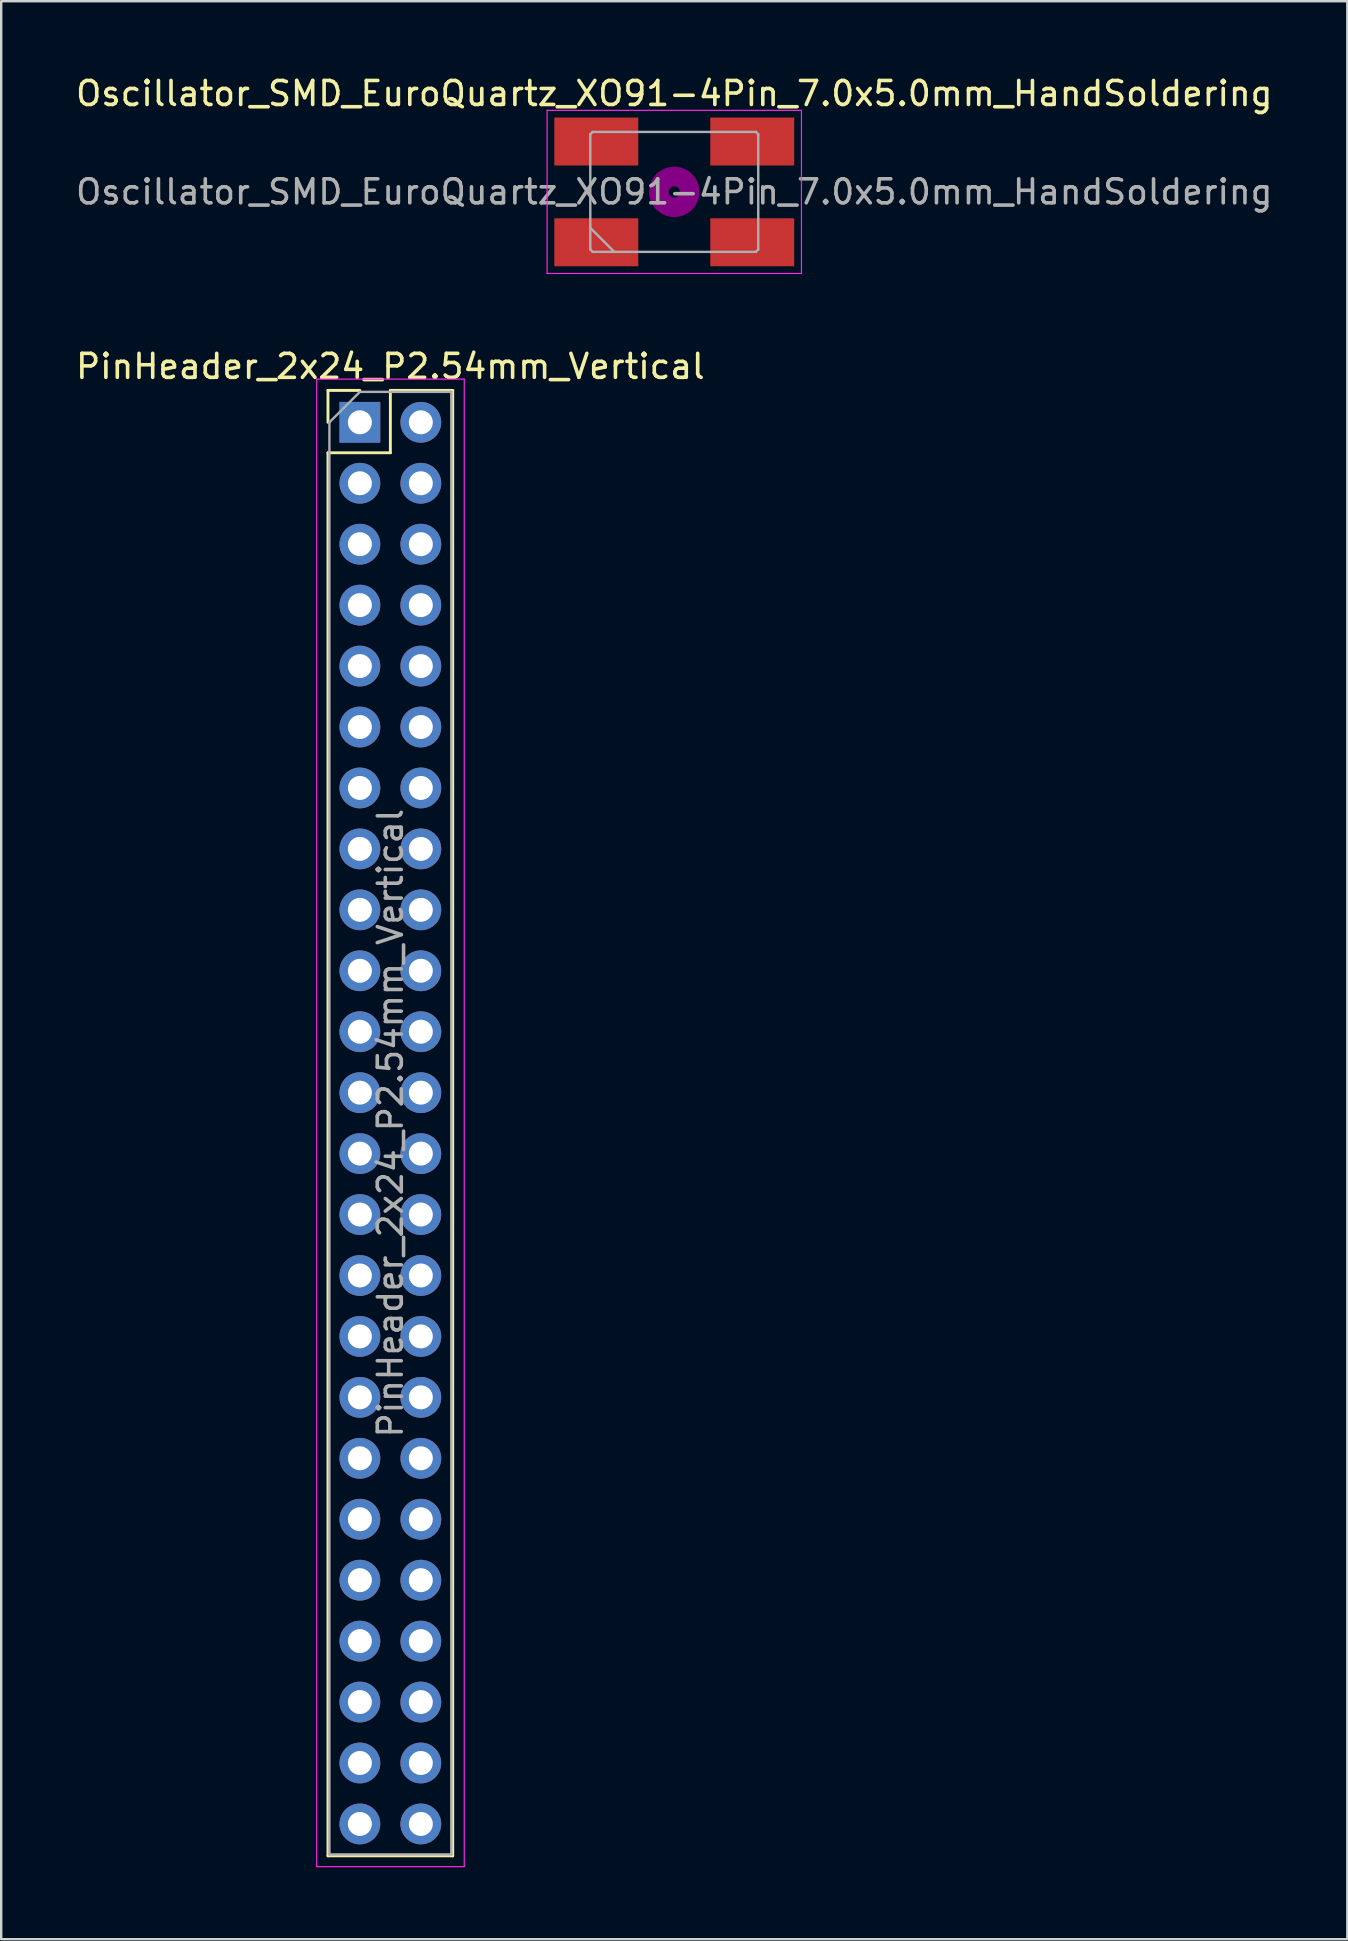
<source format=kicad_pcb>
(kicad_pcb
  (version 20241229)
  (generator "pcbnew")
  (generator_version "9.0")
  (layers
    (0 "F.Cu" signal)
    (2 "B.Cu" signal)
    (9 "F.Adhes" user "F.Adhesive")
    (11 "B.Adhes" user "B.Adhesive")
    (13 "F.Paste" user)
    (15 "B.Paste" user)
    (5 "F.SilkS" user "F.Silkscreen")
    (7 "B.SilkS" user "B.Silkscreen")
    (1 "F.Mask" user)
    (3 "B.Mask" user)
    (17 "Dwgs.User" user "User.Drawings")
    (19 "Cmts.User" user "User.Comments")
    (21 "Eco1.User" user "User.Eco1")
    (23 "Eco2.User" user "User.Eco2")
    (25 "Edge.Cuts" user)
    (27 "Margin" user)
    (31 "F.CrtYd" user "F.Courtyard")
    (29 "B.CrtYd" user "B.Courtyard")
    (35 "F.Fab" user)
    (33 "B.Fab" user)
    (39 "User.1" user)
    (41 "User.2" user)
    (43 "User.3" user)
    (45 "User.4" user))
  (footprint "Oscillator_SMD_EuroQuartz_XO91-4Pin_7.0x5.0mm_HandSoldering"
    (layer "F.Cu")
    (at 25.054 4.948)
    (property "Reference" "Oscillator_SMD_EuroQuartz_XO91-4Pin_7.0x5.0mm_HandSoldering" (at 0 -4.1 0) (layer "F.SilkS") (effects (font (size 1 1) (thickness 0.15))))
    (attr smd)
    (fp_circle (center 0 0) (end 0.233 0) (stroke (width 0.467) (type solid)) (fill no) (layer "F.Adhes"))
    (fp_circle (center 0 0) (end 0.533 0) (stroke (width 0.333) (type solid)) (fill no) (layer "F.Adhes"))
    (fp_circle (center 0 0) (end 0.833 0) (stroke (width 0.333) (type solid)) (fill no) (layer "F.Adhes"))
    (fp_circle (center 0 0) (end 1 0) (stroke (width 0.1) (type solid)) (fill no) (layer "F.Adhes"))
    (fp_line (start -5.3 -3.4) (end -5.3 3.4) (stroke (width 0.05) (type solid)) (layer "F.CrtYd"))
    (fp_line (start -5.3 3.4) (end 5.3 3.4) (stroke (width 0.05) (type solid)) (layer "F.CrtYd"))
    (fp_line (start 5.3 -3.4) (end -5.3 -3.4) (stroke (width 0.05) (type solid)) (layer "F.CrtYd"))
    (fp_line (start 5.3 3.4) (end 5.3 -3.4) (stroke (width 0.05) (type solid)) (layer "F.CrtYd"))
    (fp_line (start -3.5 -2.4) (end -3.4 -2.5) (stroke (width 0.1) (type solid)) (layer "F.Fab"))
    (fp_line (start -3.5 1.5) (end -2.5 2.5) (stroke (width 0.1) (type solid)) (layer "F.Fab"))
    (fp_line (start -3.5 2.4) (end -3.5 -2.4) (stroke (width 0.1) (type solid)) (layer "F.Fab"))
    (fp_line (start -3.4 -2.5) (end 3.4 -2.5) (stroke (width 0.1) (type solid)) (layer "F.Fab"))
    (fp_line (start -3.4 2.5) (end -3.5 2.4) (stroke (width 0.1) (type solid)) (layer "F.Fab"))
    (fp_line (start 3.4 -2.5) (end 3.5 -2.4) (stroke (width 0.1) (type solid)) (layer "F.Fab"))
    (fp_line (start 3.4 2.5) (end -3.4 2.5) (stroke (width 0.1) (type solid)) (layer "F.Fab"))
    (fp_line (start 3.5 -2.4) (end 3.5 2.4) (stroke (width 0.1) (type solid)) (layer "F.Fab"))
    (fp_line (start 3.5 2.4) (end 3.4 2.5) (stroke (width 0.1) (type solid)) (layer "F.Fab"))
    (fp_text user "${REFERENCE}" (at 0 0 0) (layer "F.Fab") (effects (font (size 1 1) (thickness 0.15))))
    (pad "1" smd rect (at -3.25 2.1) (size 3.5 2) (layers "F.Cu" "F.Mask" "F.Paste"))
    (pad "2" smd rect (at 3.25 2.1) (size 3.5 2) (layers "F.Cu" "F.Mask" "F.Paste"))
    (pad "3" smd rect (at 3.25 -2.1) (size 3.5 2) (layers "F.Cu" "F.Mask" "F.Paste"))
    (pad "4" smd rect (at -3.25 -2.1) (size 3.5 2) (layers "F.Cu" "F.Mask" "F.Paste")))
  (footprint "PinHeader_2x24_P2.54mm_Vertical"
    (layer "F.Cu")
    (at 11.95 14.552)
    (property "Reference" "PinHeader_2x24_P2.54mm_Vertical" (at 1.27 -2.33 180) (layer "F.SilkS") (effects (font (size 1 1) (thickness 0.15))))
    (attr through_hole)
    (fp_line (start -1.33 -1.33) (end 0 -1.33) (stroke (width 0.12) (type solid)) (layer "F.SilkS"))
    (fp_line (start -1.33 0) (end -1.33 -1.33) (stroke (width 0.12) (type solid)) (layer "F.SilkS"))
    (fp_line (start -1.33 1.27) (end -1.33 59.75) (stroke (width 0.12) (type solid)) (layer "F.SilkS"))
    (fp_line (start -1.33 1.27) (end 1.27 1.27) (stroke (width 0.12) (type solid)) (layer "F.SilkS"))
    (fp_line (start -1.33 59.75) (end 3.87 59.75) (stroke (width 0.12) (type solid)) (layer "F.SilkS"))
    (fp_line (start 1.27 -1.33) (end 3.87 -1.33) (stroke (width 0.12) (type solid)) (layer "F.SilkS"))
    (fp_line (start 1.27 1.27) (end 1.27 -1.33) (stroke (width 0.12) (type solid)) (layer "F.SilkS"))
    (fp_line (start 3.87 -1.33) (end 3.87 59.75) (stroke (width 0.12) (type solid)) (layer "F.SilkS"))
    (fp_line (start -1.8 -1.8) (end -1.8 60.2) (stroke (width 0.05) (type solid)) (layer "F.CrtYd"))
    (fp_line (start -1.8 60.2) (end 4.35 60.2) (stroke (width 0.05) (type solid)) (layer "F.CrtYd"))
    (fp_line (start 4.35 -1.8) (end -1.8 -1.8) (stroke (width 0.05) (type solid)) (layer "F.CrtYd"))
    (fp_line (start 4.35 60.2) (end 4.35 -1.8) (stroke (width 0.05) (type solid)) (layer "F.CrtYd"))
    (fp_line (start -1.27 0) (end 0 -1.27) (stroke (width 0.1) (type solid)) (layer "F.Fab"))
    (fp_line (start -1.27 59.69) (end -1.27 0) (stroke (width 0.1) (type solid)) (layer "F.Fab"))
    (fp_line (start 0 -1.27) (end 3.81 -1.27) (stroke (width 0.1) (type solid)) (layer "F.Fab"))
    (fp_line (start 3.81 -1.27) (end 3.81 59.69) (stroke (width 0.1) (type solid)) (layer "F.Fab"))
    (fp_line (start 3.81 59.69) (end -1.27 59.69) (stroke (width 0.1) (type solid)) (layer "F.Fab"))
    (fp_text user "${REFERENCE}" (at 1.27 29.21 90) (layer "F.Fab") (effects (font (size 1 1) (thickness 0.15))))
    (pad "1" thru_hole rect (at 0 0) (size 1.7 1.7) (drill 1) (layers "*.Cu" "*.Mask"))
    (pad "2" thru_hole oval (at 2.54 0) (size 1.7 1.7) (drill 1) (layers "*.Cu" "*.Mask"))
    (pad "3" thru_hole oval (at 0 2.54) (size 1.7 1.7) (drill 1) (layers "*.Cu" "*.Mask"))
    (pad "4" thru_hole oval (at 2.54 2.54) (size 1.7 1.7) (drill 1) (layers "*.Cu" "*.Mask"))
    (pad "5" thru_hole oval (at 0 5.08) (size 1.7 1.7) (drill 1) (layers "*.Cu" "*.Mask"))
    (pad "6" thru_hole oval (at 2.54 5.08) (size 1.7 1.7) (drill 1) (layers "*.Cu" "*.Mask"))
    (pad "7" thru_hole oval (at 0 7.62) (size 1.7 1.7) (drill 1) (layers "*.Cu" "*.Mask"))
    (pad "8" thru_hole oval (at 2.54 7.62) (size 1.7 1.7) (drill 1) (layers "*.Cu" "*.Mask"))
    (pad "9" thru_hole oval (at 0 10.16) (size 1.7 1.7) (drill 1) (layers "*.Cu" "*.Mask"))
    (pad "10" thru_hole oval (at 2.54 10.16) (size 1.7 1.7) (drill 1) (layers "*.Cu" "*.Mask"))
    (pad "11" thru_hole oval (at 0 12.7) (size 1.7 1.7) (drill 1) (layers "*.Cu" "*.Mask"))
    (pad "12" thru_hole oval (at 2.54 12.7) (size 1.7 1.7) (drill 1) (layers "*.Cu" "*.Mask"))
    (pad "13" thru_hole oval (at 0 15.24) (size 1.7 1.7) (drill 1) (layers "*.Cu" "*.Mask"))
    (pad "14" thru_hole oval (at 2.54 15.24) (size 1.7 1.7) (drill 1) (layers "*.Cu" "*.Mask"))
    (pad "15" thru_hole oval (at 0 17.78) (size 1.7 1.7) (drill 1) (layers "*.Cu" "*.Mask"))
    (pad "16" thru_hole oval (at 2.54 17.78) (size 1.7 1.7) (drill 1) (layers "*.Cu" "*.Mask"))
    (pad "17" thru_hole oval (at 0 20.32) (size 1.7 1.7) (drill 1) (layers "*.Cu" "*.Mask"))
    (pad "18" thru_hole oval (at 2.54 20.32) (size 1.7 1.7) (drill 1) (layers "*.Cu" "*.Mask"))
    (pad "19" thru_hole oval (at 0 22.86) (size 1.7 1.7) (drill 1) (layers "*.Cu" "*.Mask"))
    (pad "20" thru_hole oval (at 2.54 22.86) (size 1.7 1.7) (drill 1) (layers "*.Cu" "*.Mask"))
    (pad "21" thru_hole oval (at 0 25.4) (size 1.7 1.7) (drill 1) (layers "*.Cu" "*.Mask"))
    (pad "22" thru_hole oval (at 2.54 25.4) (size 1.7 1.7) (drill 1) (layers "*.Cu" "*.Mask"))
    (pad "23" thru_hole oval (at 0 27.94) (size 1.7 1.7) (drill 1) (layers "*.Cu" "*.Mask"))
    (pad "24" thru_hole oval (at 2.54 27.94) (size 1.7 1.7) (drill 1) (layers "*.Cu" "*.Mask"))
    (pad "25" thru_hole oval (at 0 30.48) (size 1.7 1.7) (drill 1) (layers "*.Cu" "*.Mask"))
    (pad "26" thru_hole oval (at 2.54 30.48) (size 1.7 1.7) (drill 1) (layers "*.Cu" "*.Mask"))
    (pad "27" thru_hole oval (at 0 33.02) (size 1.7 1.7) (drill 1) (layers "*.Cu" "*.Mask"))
    (pad "28" thru_hole oval (at 2.54 33.02) (size 1.7 1.7) (drill 1) (layers "*.Cu" "*.Mask"))
    (pad "29" thru_hole oval (at 0 35.56) (size 1.7 1.7) (drill 1) (layers "*.Cu" "*.Mask"))
    (pad "30" thru_hole oval (at 2.54 35.56) (size 1.7 1.7) (drill 1) (layers "*.Cu" "*.Mask"))
    (pad "31" thru_hole oval (at 0 38.1) (size 1.7 1.7) (drill 1) (layers "*.Cu" "*.Mask"))
    (pad "32" thru_hole oval (at 2.54 38.1) (size 1.7 1.7) (drill 1) (layers "*.Cu" "*.Mask"))
    (pad "33" thru_hole oval (at 0 40.64) (size 1.7 1.7) (drill 1) (layers "*.Cu" "*.Mask"))
    (pad "34" thru_hole oval (at 2.54 40.64) (size 1.7 1.7) (drill 1) (layers "*.Cu" "*.Mask"))
    (pad "35" thru_hole oval (at 0 43.18) (size 1.7 1.7) (drill 1) (layers "*.Cu" "*.Mask"))
    (pad "36" thru_hole oval (at 2.54 43.18) (size 1.7 1.7) (drill 1) (layers "*.Cu" "*.Mask"))
    (pad "37" thru_hole oval (at 0 45.72) (size 1.7 1.7) (drill 1) (layers "*.Cu" "*.Mask"))
    (pad "38" thru_hole oval (at 2.54 45.72) (size 1.7 1.7) (drill 1) (layers "*.Cu" "*.Mask"))
    (pad "39" thru_hole oval (at 0 48.26) (size 1.7 1.7) (drill 1) (layers "*.Cu" "*.Mask"))
    (pad "40" thru_hole oval (at 2.54 48.26) (size 1.7 1.7) (drill 1) (layers "*.Cu" "*.Mask"))
    (pad "41" thru_hole oval (at 0 50.8) (size 1.7 1.7) (drill 1) (layers "*.Cu" "*.Mask"))
    (pad "42" thru_hole oval (at 2.54 50.8) (size 1.7 1.7) (drill 1) (layers "*.Cu" "*.Mask"))
    (pad "43" thru_hole oval (at 0 53.34) (size 1.7 1.7) (drill 1) (layers "*.Cu" "*.Mask"))
    (pad "44" thru_hole oval (at 2.54 53.34) (size 1.7 1.7) (drill 1) (layers "*.Cu" "*.Mask"))
    (pad "45" thru_hole oval (at 0 55.88) (size 1.7 1.7) (drill 1) (layers "*.Cu" "*.Mask"))
    (pad "46" thru_hole oval (at 2.54 55.88) (size 1.7 1.7) (drill 1) (layers "*.Cu" "*.Mask"))
    (pad "47" thru_hole oval (at 0 58.42) (size 1.7 1.7) (drill 1) (layers "*.Cu" "*.Mask"))
    (pad "48" thru_hole oval (at 2.54 58.42) (size 1.7 1.7) (drill 1) (layers "*.Cu" "*.Mask")))
  (gr_rect
    (start -3 -3)
    (end 53.107 77.776)
    (stroke (width 0.1) (type default))
    (fill no)
    (layer "Edge.Cuts")))
</source>
